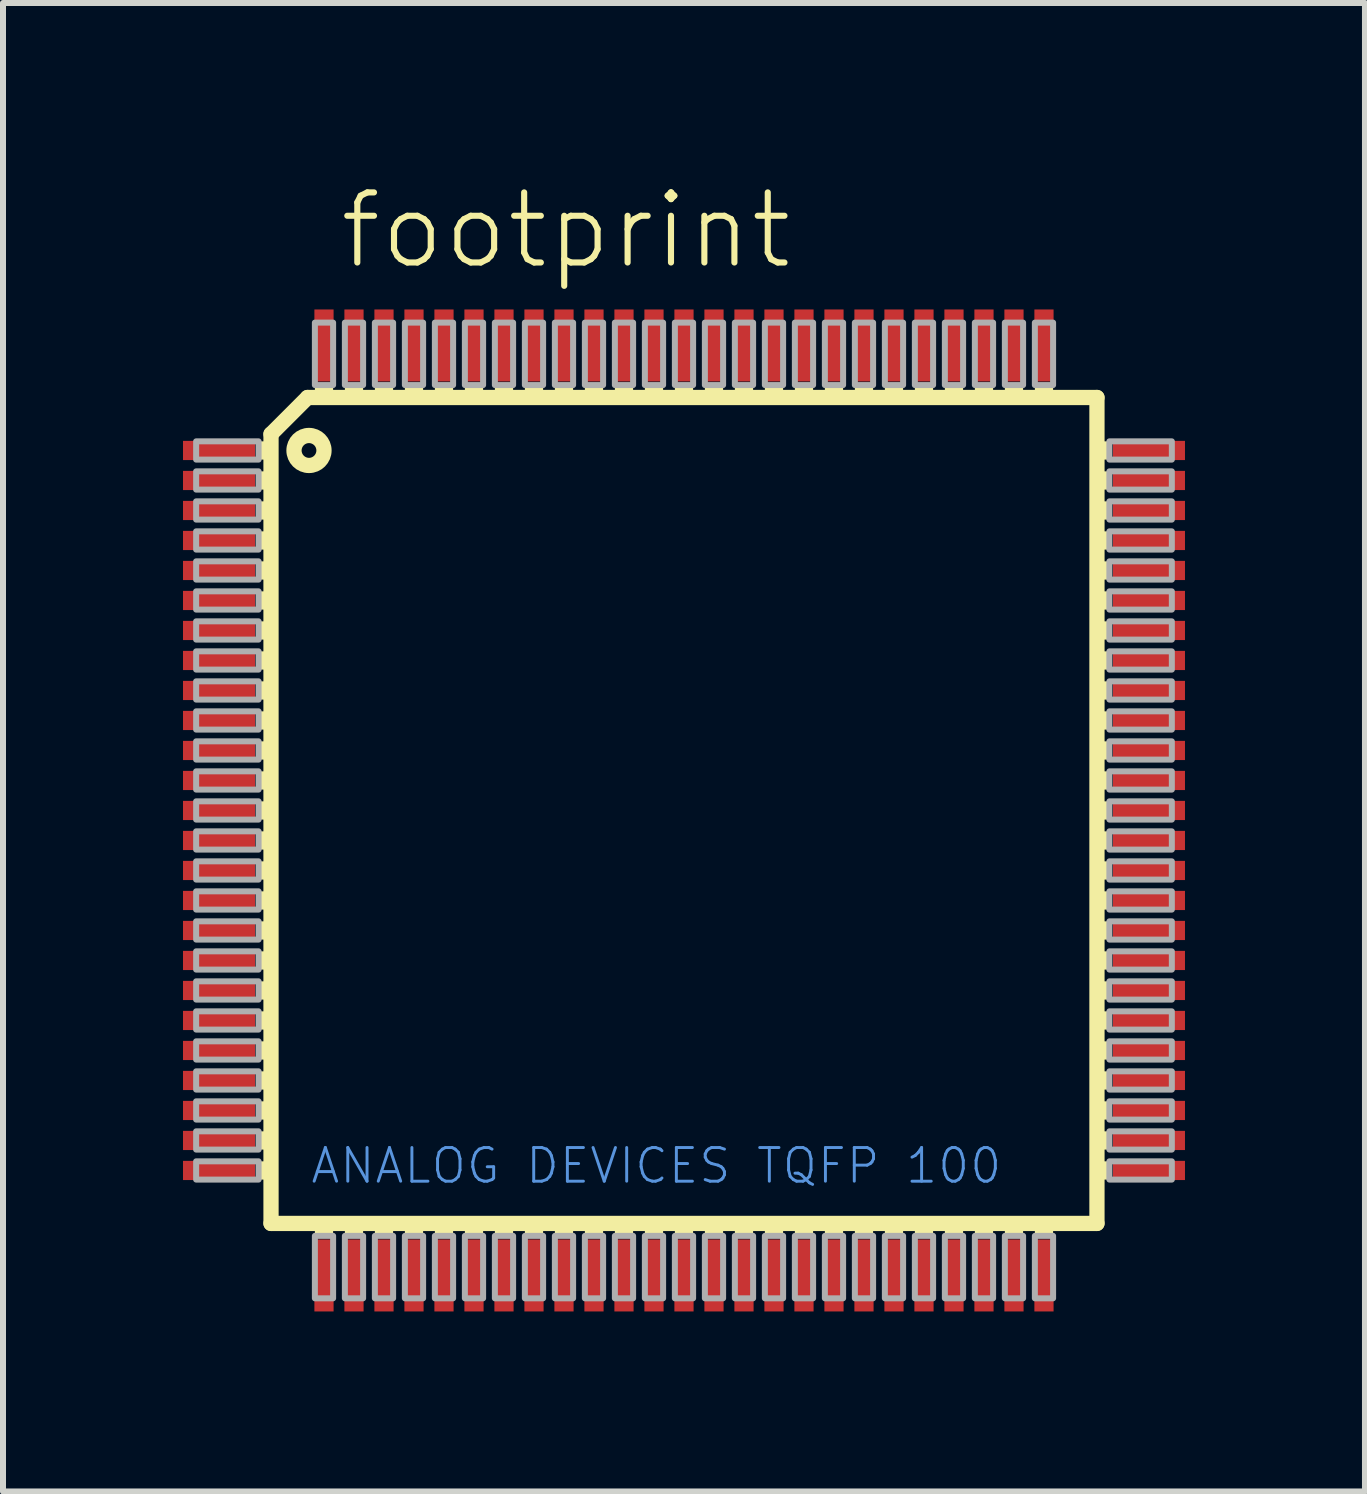
<source format=kicad_pcb>
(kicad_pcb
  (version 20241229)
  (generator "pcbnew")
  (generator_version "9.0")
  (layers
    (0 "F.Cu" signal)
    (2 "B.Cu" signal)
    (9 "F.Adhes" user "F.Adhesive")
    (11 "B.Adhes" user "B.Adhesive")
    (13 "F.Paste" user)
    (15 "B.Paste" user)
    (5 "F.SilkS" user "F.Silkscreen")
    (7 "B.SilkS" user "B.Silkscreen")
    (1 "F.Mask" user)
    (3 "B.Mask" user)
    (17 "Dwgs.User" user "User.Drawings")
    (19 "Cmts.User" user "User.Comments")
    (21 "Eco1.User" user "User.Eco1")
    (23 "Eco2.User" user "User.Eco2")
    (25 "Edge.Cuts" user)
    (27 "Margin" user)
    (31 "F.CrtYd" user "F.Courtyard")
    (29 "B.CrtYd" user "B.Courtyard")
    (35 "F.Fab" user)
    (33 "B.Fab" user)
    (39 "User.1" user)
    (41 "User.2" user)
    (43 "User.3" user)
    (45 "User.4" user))
  (footprint "footprint"
    (layer "F.Cu")
    (at 8.35 10.458)
    (property "Reference" "footprint" (at -5.79 -8.985 0) (layer "F.SilkS") (effects (font (size 1.168 1.168) (thickness 0.102)) (justify left bottom)))
    (fp_line (start -6.883 -6.274) (end -6.274 -6.883) (stroke (width 0.254) (type solid)) (layer "F.SilkS"))
    (fp_line (start -6.883 6.883) (end -6.883 -6.274) (stroke (width 0.254) (type solid)) (layer "F.SilkS"))
    (fp_line (start -6.274 -6.883) (end 6.883 -6.883) (stroke (width 0.254) (type solid)) (layer "F.SilkS"))
    (fp_line (start 6.883 -6.883) (end 6.883 6.883) (stroke (width 0.254) (type solid)) (layer "F.SilkS"))
    (fp_line (start 6.883 6.883) (end -6.883 6.883) (stroke (width 0.254) (type solid)) (layer "F.SilkS"))
    (fp_circle (center -6.25 -6) (end -6 -6) (stroke (width 0.254) (type solid)) (fill no) (layer "F.SilkS"))
    (fp_poly (pts (xy -7.115 -5.848) (xy -6.861 -5.848) (xy -6.861 -6.152) (xy -7.115 -6.152)) (stroke (width 0) (type solid)) (fill yes) (layer "F.SilkS"))
    (fp_poly (pts (xy -7.115 -5.348) (xy -6.861 -5.348) (xy -6.861 -5.652) (xy -7.115 -5.652)) (stroke (width 0) (type solid)) (fill yes) (layer "F.SilkS"))
    (fp_poly (pts (xy -7.115 -4.848) (xy -6.861 -4.848) (xy -6.861 -5.152) (xy -7.115 -5.152)) (stroke (width 0) (type solid)) (fill yes) (layer "F.SilkS"))
    (fp_poly (pts (xy -7.115 -4.348) (xy -6.861 -4.348) (xy -6.861 -4.652) (xy -7.115 -4.652)) (stroke (width 0) (type solid)) (fill yes) (layer "F.SilkS"))
    (fp_poly (pts (xy -7.115 -3.848) (xy -6.861 -3.848) (xy -6.861 -4.152) (xy -7.115 -4.152)) (stroke (width 0) (type solid)) (fill yes) (layer "F.SilkS"))
    (fp_poly (pts (xy -7.115 -3.348) (xy -6.861 -3.348) (xy -6.861 -3.652) (xy -7.115 -3.652)) (stroke (width 0) (type solid)) (fill yes) (layer "F.SilkS"))
    (fp_poly (pts (xy -7.115 -2.848) (xy -6.861 -2.848) (xy -6.861 -3.152) (xy -7.115 -3.152)) (stroke (width 0) (type solid)) (fill yes) (layer "F.SilkS"))
    (fp_poly (pts (xy -7.115 -2.348) (xy -6.861 -2.348) (xy -6.861 -2.652) (xy -7.115 -2.652)) (stroke (width 0) (type solid)) (fill yes) (layer "F.SilkS"))
    (fp_poly (pts (xy -7.115 -1.848) (xy -6.861 -1.848) (xy -6.861 -2.152) (xy -7.115 -2.152)) (stroke (width 0) (type solid)) (fill yes) (layer "F.SilkS"))
    (fp_poly (pts (xy -7.115 -1.348) (xy -6.861 -1.348) (xy -6.861 -1.652) (xy -7.115 -1.652)) (stroke (width 0) (type solid)) (fill yes) (layer "F.SilkS"))
    (fp_poly (pts (xy -7.115 -0.848) (xy -6.861 -0.848) (xy -6.861 -1.152) (xy -7.115 -1.152)) (stroke (width 0) (type solid)) (fill yes) (layer "F.SilkS"))
    (fp_poly (pts (xy -7.115 -0.348) (xy -6.861 -0.348) (xy -6.861 -0.652) (xy -7.115 -0.652)) (stroke (width 0) (type solid)) (fill yes) (layer "F.SilkS"))
    (fp_poly (pts (xy -7.115 0.152) (xy -6.861 0.152) (xy -6.861 -0.152) (xy -7.115 -0.152)) (stroke (width 0) (type solid)) (fill yes) (layer "F.SilkS"))
    (fp_poly (pts (xy -7.115 0.652) (xy -6.861 0.652) (xy -6.861 0.348) (xy -7.115 0.348)) (stroke (width 0) (type solid)) (fill yes) (layer "F.SilkS"))
    (fp_poly (pts (xy -7.115 1.152) (xy -6.861 1.152) (xy -6.861 0.848) (xy -7.115 0.848)) (stroke (width 0) (type solid)) (fill yes) (layer "F.SilkS"))
    (fp_poly (pts (xy -7.115 1.652) (xy -6.861 1.652) (xy -6.861 1.348) (xy -7.115 1.348)) (stroke (width 0) (type solid)) (fill yes) (layer "F.SilkS"))
    (fp_poly (pts (xy -7.115 2.152) (xy -6.861 2.152) (xy -6.861 1.848) (xy -7.115 1.848)) (stroke (width 0) (type solid)) (fill yes) (layer "F.SilkS"))
    (fp_poly (pts (xy -7.115 2.652) (xy -6.861 2.652) (xy -6.861 2.348) (xy -7.115 2.348)) (stroke (width 0) (type solid)) (fill yes) (layer "F.SilkS"))
    (fp_poly (pts (xy -7.115 3.152) (xy -6.861 3.152) (xy -6.861 2.848) (xy -7.115 2.848)) (stroke (width 0) (type solid)) (fill yes) (layer "F.SilkS"))
    (fp_poly (pts (xy -7.115 3.652) (xy -6.861 3.652) (xy -6.861 3.348) (xy -7.115 3.348)) (stroke (width 0) (type solid)) (fill yes) (layer "F.SilkS"))
    (fp_poly (pts (xy -7.115 4.152) (xy -6.861 4.152) (xy -6.861 3.848) (xy -7.115 3.848)) (stroke (width 0) (type solid)) (fill yes) (layer "F.SilkS"))
    (fp_poly (pts (xy -7.115 4.652) (xy -6.861 4.652) (xy -6.861 4.348) (xy -7.115 4.348)) (stroke (width 0) (type solid)) (fill yes) (layer "F.SilkS"))
    (fp_poly (pts (xy -7.115 5.152) (xy -6.861 5.152) (xy -6.861 4.848) (xy -7.115 4.848)) (stroke (width 0) (type solid)) (fill yes) (layer "F.SilkS"))
    (fp_poly (pts (xy -7.115 5.652) (xy -6.861 5.652) (xy -6.861 5.348) (xy -7.115 5.348)) (stroke (width 0) (type solid)) (fill yes) (layer "F.SilkS"))
    (fp_poly (pts (xy -7.115 6.152) (xy -6.861 6.152) (xy -6.861 5.848) (xy -7.115 5.848)) (stroke (width 0) (type solid)) (fill yes) (layer "F.SilkS"))
    (fp_poly (pts (xy -6.152 -6.861) (xy -5.848 -6.861) (xy -5.848 -7.115) (xy -6.152 -7.115)) (stroke (width 0) (type solid)) (fill yes) (layer "F.SilkS"))
    (fp_poly (pts (xy -6.152 7.115) (xy -5.848 7.115) (xy -5.848 6.861) (xy -6.152 6.861)) (stroke (width 0) (type solid)) (fill yes) (layer "F.SilkS"))
    (fp_poly (pts (xy -5.652 -6.861) (xy -5.348 -6.861) (xy -5.348 -7.115) (xy -5.652 -7.115)) (stroke (width 0) (type solid)) (fill yes) (layer "F.SilkS"))
    (fp_poly (pts (xy -5.652 7.115) (xy -5.348 7.115) (xy -5.348 6.861) (xy -5.652 6.861)) (stroke (width 0) (type solid)) (fill yes) (layer "F.SilkS"))
    (fp_poly (pts (xy -5.152 -6.861) (xy -4.848 -6.861) (xy -4.848 -7.115) (xy -5.152 -7.115)) (stroke (width 0) (type solid)) (fill yes) (layer "F.SilkS"))
    (fp_poly (pts (xy -5.152 7.115) (xy -4.848 7.115) (xy -4.848 6.861) (xy -5.152 6.861)) (stroke (width 0) (type solid)) (fill yes) (layer "F.SilkS"))
    (fp_poly (pts (xy -4.652 -6.861) (xy -4.348 -6.861) (xy -4.348 -7.115) (xy -4.652 -7.115)) (stroke (width 0) (type solid)) (fill yes) (layer "F.SilkS"))
    (fp_poly (pts (xy -4.652 7.115) (xy -4.348 7.115) (xy -4.348 6.861) (xy -4.652 6.861)) (stroke (width 0) (type solid)) (fill yes) (layer "F.SilkS"))
    (fp_poly (pts (xy -4.152 -6.861) (xy -3.848 -6.861) (xy -3.848 -7.115) (xy -4.152 -7.115)) (stroke (width 0) (type solid)) (fill yes) (layer "F.SilkS"))
    (fp_poly (pts (xy -4.152 7.115) (xy -3.848 7.115) (xy -3.848 6.861) (xy -4.152 6.861)) (stroke (width 0) (type solid)) (fill yes) (layer "F.SilkS"))
    (fp_poly (pts (xy -3.652 -6.861) (xy -3.348 -6.861) (xy -3.348 -7.115) (xy -3.652 -7.115)) (stroke (width 0) (type solid)) (fill yes) (layer "F.SilkS"))
    (fp_poly (pts (xy -3.652 7.115) (xy -3.348 7.115) (xy -3.348 6.861) (xy -3.652 6.861)) (stroke (width 0) (type solid)) (fill yes) (layer "F.SilkS"))
    (fp_poly (pts (xy -3.152 -6.861) (xy -2.848 -6.861) (xy -2.848 -7.115) (xy -3.152 -7.115)) (stroke (width 0) (type solid)) (fill yes) (layer "F.SilkS"))
    (fp_poly (pts (xy -3.152 7.115) (xy -2.848 7.115) (xy -2.848 6.861) (xy -3.152 6.861)) (stroke (width 0) (type solid)) (fill yes) (layer "F.SilkS"))
    (fp_poly (pts (xy -2.652 -6.861) (xy -2.348 -6.861) (xy -2.348 -7.115) (xy -2.652 -7.115)) (stroke (width 0) (type solid)) (fill yes) (layer "F.SilkS"))
    (fp_poly (pts (xy -2.652 7.115) (xy -2.348 7.115) (xy -2.348 6.861) (xy -2.652 6.861)) (stroke (width 0) (type solid)) (fill yes) (layer "F.SilkS"))
    (fp_poly (pts (xy -2.152 -6.861) (xy -1.848 -6.861) (xy -1.848 -7.115) (xy -2.152 -7.115)) (stroke (width 0) (type solid)) (fill yes) (layer "F.SilkS"))
    (fp_poly (pts (xy -2.152 7.115) (xy -1.848 7.115) (xy -1.848 6.861) (xy -2.152 6.861)) (stroke (width 0) (type solid)) (fill yes) (layer "F.SilkS"))
    (fp_poly (pts (xy -1.652 -6.861) (xy -1.348 -6.861) (xy -1.348 -7.115) (xy -1.652 -7.115)) (stroke (width 0) (type solid)) (fill yes) (layer "F.SilkS"))
    (fp_poly (pts (xy -1.652 7.115) (xy -1.348 7.115) (xy -1.348 6.861) (xy -1.652 6.861)) (stroke (width 0) (type solid)) (fill yes) (layer "F.SilkS"))
    (fp_poly (pts (xy -1.152 -6.861) (xy -0.848 -6.861) (xy -0.848 -7.115) (xy -1.152 -7.115)) (stroke (width 0) (type solid)) (fill yes) (layer "F.SilkS"))
    (fp_poly (pts (xy -1.152 7.115) (xy -0.848 7.115) (xy -0.848 6.861) (xy -1.152 6.861)) (stroke (width 0) (type solid)) (fill yes) (layer "F.SilkS"))
    (fp_poly (pts (xy -0.652 -6.861) (xy -0.348 -6.861) (xy -0.348 -7.115) (xy -0.652 -7.115)) (stroke (width 0) (type solid)) (fill yes) (layer "F.SilkS"))
    (fp_poly (pts (xy -0.652 7.115) (xy -0.348 7.115) (xy -0.348 6.861) (xy -0.652 6.861)) (stroke (width 0) (type solid)) (fill yes) (layer "F.SilkS"))
    (fp_poly (pts (xy -0.152 -6.861) (xy 0.152 -6.861) (xy 0.152 -7.115) (xy -0.152 -7.115)) (stroke (width 0) (type solid)) (fill yes) (layer "F.SilkS"))
    (fp_poly (pts (xy -0.152 7.115) (xy 0.152 7.115) (xy 0.152 6.861) (xy -0.152 6.861)) (stroke (width 0) (type solid)) (fill yes) (layer "F.SilkS"))
    (fp_poly (pts (xy 0.348 -6.861) (xy 0.652 -6.861) (xy 0.652 -7.115) (xy 0.348 -7.115)) (stroke (width 0) (type solid)) (fill yes) (layer "F.SilkS"))
    (fp_poly (pts (xy 0.348 7.115) (xy 0.652 7.115) (xy 0.652 6.861) (xy 0.348 6.861)) (stroke (width 0) (type solid)) (fill yes) (layer "F.SilkS"))
    (fp_poly (pts (xy 0.848 -6.861) (xy 1.152 -6.861) (xy 1.152 -7.115) (xy 0.848 -7.115)) (stroke (width 0) (type solid)) (fill yes) (layer "F.SilkS"))
    (fp_poly (pts (xy 0.848 7.115) (xy 1.152 7.115) (xy 1.152 6.861) (xy 0.848 6.861)) (stroke (width 0) (type solid)) (fill yes) (layer "F.SilkS"))
    (fp_poly (pts (xy 1.348 -6.861) (xy 1.652 -6.861) (xy 1.652 -7.115) (xy 1.348 -7.115)) (stroke (width 0) (type solid)) (fill yes) (layer "F.SilkS"))
    (fp_poly (pts (xy 1.348 7.115) (xy 1.652 7.115) (xy 1.652 6.861) (xy 1.348 6.861)) (stroke (width 0) (type solid)) (fill yes) (layer "F.SilkS"))
    (fp_poly (pts (xy 1.848 -6.861) (xy 2.152 -6.861) (xy 2.152 -7.115) (xy 1.848 -7.115)) (stroke (width 0) (type solid)) (fill yes) (layer "F.SilkS"))
    (fp_poly (pts (xy 1.848 7.115) (xy 2.152 7.115) (xy 2.152 6.861) (xy 1.848 6.861)) (stroke (width 0) (type solid)) (fill yes) (layer "F.SilkS"))
    (fp_poly (pts (xy 2.348 -6.861) (xy 2.652 -6.861) (xy 2.652 -7.115) (xy 2.348 -7.115)) (stroke (width 0) (type solid)) (fill yes) (layer "F.SilkS"))
    (fp_poly (pts (xy 2.348 7.115) (xy 2.652 7.115) (xy 2.652 6.861) (xy 2.348 6.861)) (stroke (width 0) (type solid)) (fill yes) (layer "F.SilkS"))
    (fp_poly (pts (xy 2.848 -6.861) (xy 3.152 -6.861) (xy 3.152 -7.115) (xy 2.848 -7.115)) (stroke (width 0) (type solid)) (fill yes) (layer "F.SilkS"))
    (fp_poly (pts (xy 2.848 7.115) (xy 3.152 7.115) (xy 3.152 6.861) (xy 2.848 6.861)) (stroke (width 0) (type solid)) (fill yes) (layer "F.SilkS"))
    (fp_poly (pts (xy 3.348 -6.861) (xy 3.652 -6.861) (xy 3.652 -7.115) (xy 3.348 -7.115)) (stroke (width 0) (type solid)) (fill yes) (layer "F.SilkS"))
    (fp_poly (pts (xy 3.348 7.115) (xy 3.652 7.115) (xy 3.652 6.861) (xy 3.348 6.861)) (stroke (width 0) (type solid)) (fill yes) (layer "F.SilkS"))
    (fp_poly (pts (xy 3.848 -6.861) (xy 4.152 -6.861) (xy 4.152 -7.115) (xy 3.848 -7.115)) (stroke (width 0) (type solid)) (fill yes) (layer "F.SilkS"))
    (fp_poly (pts (xy 3.848 7.115) (xy 4.152 7.115) (xy 4.152 6.861) (xy 3.848 6.861)) (stroke (width 0) (type solid)) (fill yes) (layer "F.SilkS"))
    (fp_poly (pts (xy 4.348 -6.861) (xy 4.652 -6.861) (xy 4.652 -7.115) (xy 4.348 -7.115)) (stroke (width 0) (type solid)) (fill yes) (layer "F.SilkS"))
    (fp_poly (pts (xy 4.348 7.115) (xy 4.652 7.115) (xy 4.652 6.861) (xy 4.348 6.861)) (stroke (width 0) (type solid)) (fill yes) (layer "F.SilkS"))
    (fp_poly (pts (xy 4.848 -6.861) (xy 5.152 -6.861) (xy 5.152 -7.115) (xy 4.848 -7.115)) (stroke (width 0) (type solid)) (fill yes) (layer "F.SilkS"))
    (fp_poly (pts (xy 4.848 7.115) (xy 5.152 7.115) (xy 5.152 6.861) (xy 4.848 6.861)) (stroke (width 0) (type solid)) (fill yes) (layer "F.SilkS"))
    (fp_poly (pts (xy 5.348 -6.861) (xy 5.652 -6.861) (xy 5.652 -7.115) (xy 5.348 -7.115)) (stroke (width 0) (type solid)) (fill yes) (layer "F.SilkS"))
    (fp_poly (pts (xy 5.348 7.115) (xy 5.652 7.115) (xy 5.652 6.861) (xy 5.348 6.861)) (stroke (width 0) (type solid)) (fill yes) (layer "F.SilkS"))
    (fp_poly (pts (xy 5.848 -6.861) (xy 6.152 -6.861) (xy 6.152 -7.115) (xy 5.848 -7.115)) (stroke (width 0) (type solid)) (fill yes) (layer "F.SilkS"))
    (fp_poly (pts (xy 5.848 7.115) (xy 6.152 7.115) (xy 6.152 6.861) (xy 5.848 6.861)) (stroke (width 0) (type solid)) (fill yes) (layer "F.SilkS"))
    (fp_poly (pts (xy 6.861 -5.848) (xy 7.115 -5.848) (xy 7.115 -6.152) (xy 6.861 -6.152)) (stroke (width 0) (type solid)) (fill yes) (layer "F.SilkS"))
    (fp_poly (pts (xy 6.861 -5.348) (xy 7.115 -5.348) (xy 7.115 -5.652) (xy 6.861 -5.652)) (stroke (width 0) (type solid)) (fill yes) (layer "F.SilkS"))
    (fp_poly (pts (xy 6.861 -4.848) (xy 7.115 -4.848) (xy 7.115 -5.152) (xy 6.861 -5.152)) (stroke (width 0) (type solid)) (fill yes) (layer "F.SilkS"))
    (fp_poly (pts (xy 6.861 -4.348) (xy 7.115 -4.348) (xy 7.115 -4.652) (xy 6.861 -4.652)) (stroke (width 0) (type solid)) (fill yes) (layer "F.SilkS"))
    (fp_poly (pts (xy 6.861 -3.848) (xy 7.115 -3.848) (xy 7.115 -4.152) (xy 6.861 -4.152)) (stroke (width 0) (type solid)) (fill yes) (layer "F.SilkS"))
    (fp_poly (pts (xy 6.861 -3.348) (xy 7.115 -3.348) (xy 7.115 -3.652) (xy 6.861 -3.652)) (stroke (width 0) (type solid)) (fill yes) (layer "F.SilkS"))
    (fp_poly (pts (xy 6.861 -2.848) (xy 7.115 -2.848) (xy 7.115 -3.152) (xy 6.861 -3.152)) (stroke (width 0) (type solid)) (fill yes) (layer "F.SilkS"))
    (fp_poly (pts (xy 6.861 -2.348) (xy 7.115 -2.348) (xy 7.115 -2.652) (xy 6.861 -2.652)) (stroke (width 0) (type solid)) (fill yes) (layer "F.SilkS"))
    (fp_poly (pts (xy 6.861 -1.848) (xy 7.115 -1.848) (xy 7.115 -2.152) (xy 6.861 -2.152)) (stroke (width 0) (type solid)) (fill yes) (layer "F.SilkS"))
    (fp_poly (pts (xy 6.861 -1.348) (xy 7.115 -1.348) (xy 7.115 -1.652) (xy 6.861 -1.652)) (stroke (width 0) (type solid)) (fill yes) (layer "F.SilkS"))
    (fp_poly (pts (xy 6.861 -0.848) (xy 7.115 -0.848) (xy 7.115 -1.152) (xy 6.861 -1.152)) (stroke (width 0) (type solid)) (fill yes) (layer "F.SilkS"))
    (fp_poly (pts (xy 6.861 -0.348) (xy 7.115 -0.348) (xy 7.115 -0.652) (xy 6.861 -0.652)) (stroke (width 0) (type solid)) (fill yes) (layer "F.SilkS"))
    (fp_poly (pts (xy 6.861 0.152) (xy 7.115 0.152) (xy 7.115 -0.152) (xy 6.861 -0.152)) (stroke (width 0) (type solid)) (fill yes) (layer "F.SilkS"))
    (fp_poly (pts (xy 6.861 0.652) (xy 7.115 0.652) (xy 7.115 0.348) (xy 6.861 0.348)) (stroke (width 0) (type solid)) (fill yes) (layer "F.SilkS"))
    (fp_poly (pts (xy 6.861 1.152) (xy 7.115 1.152) (xy 7.115 0.848) (xy 6.861 0.848)) (stroke (width 0) (type solid)) (fill yes) (layer "F.SilkS"))
    (fp_poly (pts (xy 6.861 1.652) (xy 7.115 1.652) (xy 7.115 1.348) (xy 6.861 1.348)) (stroke (width 0) (type solid)) (fill yes) (layer "F.SilkS"))
    (fp_poly (pts (xy 6.861 2.152) (xy 7.115 2.152) (xy 7.115 1.848) (xy 6.861 1.848)) (stroke (width 0) (type solid)) (fill yes) (layer "F.SilkS"))
    (fp_poly (pts (xy 6.861 2.652) (xy 7.115 2.652) (xy 7.115 2.348) (xy 6.861 2.348)) (stroke (width 0) (type solid)) (fill yes) (layer "F.SilkS"))
    (fp_poly (pts (xy 6.861 3.152) (xy 7.115 3.152) (xy 7.115 2.848) (xy 6.861 2.848)) (stroke (width 0) (type solid)) (fill yes) (layer "F.SilkS"))
    (fp_poly (pts (xy 6.861 3.652) (xy 7.115 3.652) (xy 7.115 3.348) (xy 6.861 3.348)) (stroke (width 0) (type solid)) (fill yes) (layer "F.SilkS"))
    (fp_poly (pts (xy 6.861 4.152) (xy 7.115 4.152) (xy 7.115 3.848) (xy 6.861 3.848)) (stroke (width 0) (type solid)) (fill yes) (layer "F.SilkS"))
    (fp_poly (pts (xy 6.861 4.652) (xy 7.115 4.652) (xy 7.115 4.348) (xy 6.861 4.348)) (stroke (width 0) (type solid)) (fill yes) (layer "F.SilkS"))
    (fp_poly (pts (xy 6.861 5.152) (xy 7.115 5.152) (xy 7.115 4.848) (xy 6.861 4.848)) (stroke (width 0) (type solid)) (fill yes) (layer "F.SilkS"))
    (fp_poly (pts (xy 6.861 5.652) (xy 7.115 5.652) (xy 7.115 5.348) (xy 6.861 5.348)) (stroke (width 0) (type solid)) (fill yes) (layer "F.SilkS"))
    (fp_poly (pts (xy 6.861 6.152) (xy 7.115 6.152) (xy 7.115 5.848) (xy 6.861 5.848)) (stroke (width 0) (type solid)) (fill yes) (layer "F.SilkS"))
    (fp_poly (pts (xy -8.131 -5.848) (xy -7.09 -5.848) (xy -7.09 -6.152) (xy -8.131 -6.152)) (stroke (width 0.1) (type solid)) (fill no) (layer "F.Fab"))
    (fp_poly (pts (xy -8.131 -5.348) (xy -7.09 -5.348) (xy -7.09 -5.652) (xy -8.131 -5.652)) (stroke (width 0.1) (type solid)) (fill no) (layer "F.Fab"))
    (fp_poly (pts (xy -8.131 -4.848) (xy -7.09 -4.848) (xy -7.09 -5.152) (xy -8.131 -5.152)) (stroke (width 0.1) (type solid)) (fill no) (layer "F.Fab"))
    (fp_poly (pts (xy -8.131 -4.348) (xy -7.09 -4.348) (xy -7.09 -4.652) (xy -8.131 -4.652)) (stroke (width 0.1) (type solid)) (fill no) (layer "F.Fab"))
    (fp_poly (pts (xy -8.131 -3.848) (xy -7.09 -3.848) (xy -7.09 -4.152) (xy -8.131 -4.152)) (stroke (width 0.1) (type solid)) (fill no) (layer "F.Fab"))
    (fp_poly (pts (xy -8.131 -3.348) (xy -7.09 -3.348) (xy -7.09 -3.652) (xy -8.131 -3.652)) (stroke (width 0.1) (type solid)) (fill no) (layer "F.Fab"))
    (fp_poly (pts (xy -8.131 -2.848) (xy -7.09 -2.848) (xy -7.09 -3.152) (xy -8.131 -3.152)) (stroke (width 0.1) (type solid)) (fill no) (layer "F.Fab"))
    (fp_poly (pts (xy -8.131 -2.348) (xy -7.09 -2.348) (xy -7.09 -2.652) (xy -8.131 -2.652)) (stroke (width 0.1) (type solid)) (fill no) (layer "F.Fab"))
    (fp_poly (pts (xy -8.131 -1.848) (xy -7.09 -1.848) (xy -7.09 -2.152) (xy -8.131 -2.152)) (stroke (width 0.1) (type solid)) (fill no) (layer "F.Fab"))
    (fp_poly (pts (xy -8.131 -1.348) (xy -7.09 -1.348) (xy -7.09 -1.652) (xy -8.131 -1.652)) (stroke (width 0.1) (type solid)) (fill no) (layer "F.Fab"))
    (fp_poly (pts (xy -8.131 -0.848) (xy -7.09 -0.848) (xy -7.09 -1.152) (xy -8.131 -1.152)) (stroke (width 0.1) (type solid)) (fill no) (layer "F.Fab"))
    (fp_poly (pts (xy -8.131 -0.348) (xy -7.09 -0.348) (xy -7.09 -0.652) (xy -8.131 -0.652)) (stroke (width 0.1) (type solid)) (fill no) (layer "F.Fab"))
    (fp_poly (pts (xy -8.131 0.152) (xy -7.09 0.152) (xy -7.09 -0.152) (xy -8.131 -0.152)) (stroke (width 0.1) (type solid)) (fill no) (layer "F.Fab"))
    (fp_poly (pts (xy -8.131 0.652) (xy -7.09 0.652) (xy -7.09 0.348) (xy -8.131 0.348)) (stroke (width 0.1) (type solid)) (fill no) (layer "F.Fab"))
    (fp_poly (pts (xy -8.131 1.152) (xy -7.09 1.152) (xy -7.09 0.848) (xy -8.131 0.848)) (stroke (width 0.1) (type solid)) (fill no) (layer "F.Fab"))
    (fp_poly (pts (xy -8.131 1.652) (xy -7.09 1.652) (xy -7.09 1.348) (xy -8.131 1.348)) (stroke (width 0.1) (type solid)) (fill no) (layer "F.Fab"))
    (fp_poly (pts (xy -8.131 2.152) (xy -7.09 2.152) (xy -7.09 1.848) (xy -8.131 1.848)) (stroke (width 0.1) (type solid)) (fill no) (layer "F.Fab"))
    (fp_poly (pts (xy -8.131 2.652) (xy -7.09 2.652) (xy -7.09 2.348) (xy -8.131 2.348)) (stroke (width 0.1) (type solid)) (fill no) (layer "F.Fab"))
    (fp_poly (pts (xy -8.131 3.152) (xy -7.09 3.152) (xy -7.09 2.848) (xy -8.131 2.848)) (stroke (width 0.1) (type solid)) (fill no) (layer "F.Fab"))
    (fp_poly (pts (xy -8.131 3.652) (xy -7.09 3.652) (xy -7.09 3.348) (xy -8.131 3.348)) (stroke (width 0.1) (type solid)) (fill no) (layer "F.Fab"))
    (fp_poly (pts (xy -8.131 4.152) (xy -7.09 4.152) (xy -7.09 3.848) (xy -8.131 3.848)) (stroke (width 0.1) (type solid)) (fill no) (layer "F.Fab"))
    (fp_poly (pts (xy -8.131 4.652) (xy -7.09 4.652) (xy -7.09 4.348) (xy -8.131 4.348)) (stroke (width 0.1) (type solid)) (fill no) (layer "F.Fab"))
    (fp_poly (pts (xy -8.131 5.152) (xy -7.09 5.152) (xy -7.09 4.848) (xy -8.131 4.848)) (stroke (width 0.1) (type solid)) (fill no) (layer "F.Fab"))
    (fp_poly (pts (xy -8.131 5.652) (xy -7.09 5.652) (xy -7.09 5.348) (xy -8.131 5.348)) (stroke (width 0.1) (type solid)) (fill no) (layer "F.Fab"))
    (fp_poly (pts (xy -8.131 6.152) (xy -7.09 6.152) (xy -7.09 5.848) (xy -8.131 5.848)) (stroke (width 0.1) (type solid)) (fill no) (layer "F.Fab"))
    (fp_poly (pts (xy -6.152 -7.09) (xy -5.848 -7.09) (xy -5.848 -8.131) (xy -6.152 -8.131)) (stroke (width 0.1) (type solid)) (fill no) (layer "F.Fab"))
    (fp_poly (pts (xy -6.152 8.131) (xy -5.848 8.131) (xy -5.848 7.09) (xy -6.152 7.09)) (stroke (width 0.1) (type solid)) (fill no) (layer "F.Fab"))
    (fp_poly (pts (xy -5.652 -7.09) (xy -5.348 -7.09) (xy -5.348 -8.131) (xy -5.652 -8.131)) (stroke (width 0.1) (type solid)) (fill no) (layer "F.Fab"))
    (fp_poly (pts (xy -5.652 8.131) (xy -5.348 8.131) (xy -5.348 7.09) (xy -5.652 7.09)) (stroke (width 0.1) (type solid)) (fill no) (layer "F.Fab"))
    (fp_poly (pts (xy -5.152 -7.09) (xy -4.848 -7.09) (xy -4.848 -8.131) (xy -5.152 -8.131)) (stroke (width 0.1) (type solid)) (fill no) (layer "F.Fab"))
    (fp_poly (pts (xy -5.152 8.131) (xy -4.848 8.131) (xy -4.848 7.09) (xy -5.152 7.09)) (stroke (width 0.1) (type solid)) (fill no) (layer "F.Fab"))
    (fp_poly (pts (xy -4.652 -7.09) (xy -4.348 -7.09) (xy -4.348 -8.131) (xy -4.652 -8.131)) (stroke (width 0.1) (type solid)) (fill no) (layer "F.Fab"))
    (fp_poly (pts (xy -4.652 8.131) (xy -4.348 8.131) (xy -4.348 7.09) (xy -4.652 7.09)) (stroke (width 0.1) (type solid)) (fill no) (layer "F.Fab"))
    (fp_poly (pts (xy -4.152 -7.09) (xy -3.848 -7.09) (xy -3.848 -8.131) (xy -4.152 -8.131)) (stroke (width 0.1) (type solid)) (fill no) (layer "F.Fab"))
    (fp_poly (pts (xy -4.152 8.131) (xy -3.848 8.131) (xy -3.848 7.09) (xy -4.152 7.09)) (stroke (width 0.1) (type solid)) (fill no) (layer "F.Fab"))
    (fp_poly (pts (xy -3.652 -7.09) (xy -3.348 -7.09) (xy -3.348 -8.131) (xy -3.652 -8.131)) (stroke (width 0.1) (type solid)) (fill no) (layer "F.Fab"))
    (fp_poly (pts (xy -3.652 8.131) (xy -3.348 8.131) (xy -3.348 7.09) (xy -3.652 7.09)) (stroke (width 0.1) (type solid)) (fill no) (layer "F.Fab"))
    (fp_poly (pts (xy -3.152 -7.09) (xy -2.848 -7.09) (xy -2.848 -8.131) (xy -3.152 -8.131)) (stroke (width 0.1) (type solid)) (fill no) (layer "F.Fab"))
    (fp_poly (pts (xy -3.152 8.131) (xy -2.848 8.131) (xy -2.848 7.09) (xy -3.152 7.09)) (stroke (width 0.1) (type solid)) (fill no) (layer "F.Fab"))
    (fp_poly (pts (xy -2.652 -7.09) (xy -2.348 -7.09) (xy -2.348 -8.131) (xy -2.652 -8.131)) (stroke (width 0.1) (type solid)) (fill no) (layer "F.Fab"))
    (fp_poly (pts (xy -2.652 8.131) (xy -2.348 8.131) (xy -2.348 7.09) (xy -2.652 7.09)) (stroke (width 0.1) (type solid)) (fill no) (layer "F.Fab"))
    (fp_poly (pts (xy -2.152 -7.09) (xy -1.848 -7.09) (xy -1.848 -8.131) (xy -2.152 -8.131)) (stroke (width 0.1) (type solid)) (fill no) (layer "F.Fab"))
    (fp_poly (pts (xy -2.152 8.131) (xy -1.848 8.131) (xy -1.848 7.09) (xy -2.152 7.09)) (stroke (width 0.1) (type solid)) (fill no) (layer "F.Fab"))
    (fp_poly (pts (xy -1.652 -7.09) (xy -1.348 -7.09) (xy -1.348 -8.131) (xy -1.652 -8.131)) (stroke (width 0.1) (type solid)) (fill no) (layer "F.Fab"))
    (fp_poly (pts (xy -1.652 8.131) (xy -1.348 8.131) (xy -1.348 7.09) (xy -1.652 7.09)) (stroke (width 0.1) (type solid)) (fill no) (layer "F.Fab"))
    (fp_poly (pts (xy -1.152 -7.09) (xy -0.848 -7.09) (xy -0.848 -8.131) (xy -1.152 -8.131)) (stroke (width 0.1) (type solid)) (fill no) (layer "F.Fab"))
    (fp_poly (pts (xy -1.152 8.131) (xy -0.848 8.131) (xy -0.848 7.09) (xy -1.152 7.09)) (stroke (width 0.1) (type solid)) (fill no) (layer "F.Fab"))
    (fp_poly (pts (xy -0.652 -7.09) (xy -0.348 -7.09) (xy -0.348 -8.131) (xy -0.652 -8.131)) (stroke (width 0.1) (type solid)) (fill no) (layer "F.Fab"))
    (fp_poly (pts (xy -0.652 8.131) (xy -0.348 8.131) (xy -0.348 7.09) (xy -0.652 7.09)) (stroke (width 0.1) (type solid)) (fill no) (layer "F.Fab"))
    (fp_poly (pts (xy -0.152 -7.09) (xy 0.152 -7.09) (xy 0.152 -8.131) (xy -0.152 -8.131)) (stroke (width 0.1) (type solid)) (fill no) (layer "F.Fab"))
    (fp_poly (pts (xy -0.152 8.131) (xy 0.152 8.131) (xy 0.152 7.09) (xy -0.152 7.09)) (stroke (width 0.1) (type solid)) (fill no) (layer "F.Fab"))
    (fp_poly (pts (xy 0.348 -7.09) (xy 0.652 -7.09) (xy 0.652 -8.131) (xy 0.348 -8.131)) (stroke (width 0.1) (type solid)) (fill no) (layer "F.Fab"))
    (fp_poly (pts (xy 0.348 8.131) (xy 0.652 8.131) (xy 0.652 7.09) (xy 0.348 7.09)) (stroke (width 0.1) (type solid)) (fill no) (layer "F.Fab"))
    (fp_poly (pts (xy 0.848 -7.09) (xy 1.152 -7.09) (xy 1.152 -8.131) (xy 0.848 -8.131)) (stroke (width 0.1) (type solid)) (fill no) (layer "F.Fab"))
    (fp_poly (pts (xy 0.848 8.131) (xy 1.152 8.131) (xy 1.152 7.09) (xy 0.848 7.09)) (stroke (width 0.1) (type solid)) (fill no) (layer "F.Fab"))
    (fp_poly (pts (xy 1.348 -7.09) (xy 1.652 -7.09) (xy 1.652 -8.131) (xy 1.348 -8.131)) (stroke (width 0.1) (type solid)) (fill no) (layer "F.Fab"))
    (fp_poly (pts (xy 1.348 8.131) (xy 1.652 8.131) (xy 1.652 7.09) (xy 1.348 7.09)) (stroke (width 0.1) (type solid)) (fill no) (layer "F.Fab"))
    (fp_poly (pts (xy 1.848 -7.09) (xy 2.152 -7.09) (xy 2.152 -8.131) (xy 1.848 -8.131)) (stroke (width 0.1) (type solid)) (fill no) (layer "F.Fab"))
    (fp_poly (pts (xy 1.848 8.131) (xy 2.152 8.131) (xy 2.152 7.09) (xy 1.848 7.09)) (stroke (width 0.1) (type solid)) (fill no) (layer "F.Fab"))
    (fp_poly (pts (xy 2.348 -7.09) (xy 2.652 -7.09) (xy 2.652 -8.131) (xy 2.348 -8.131)) (stroke (width 0.1) (type solid)) (fill no) (layer "F.Fab"))
    (fp_poly (pts (xy 2.348 8.131) (xy 2.652 8.131) (xy 2.652 7.09) (xy 2.348 7.09)) (stroke (width 0.1) (type solid)) (fill no) (layer "F.Fab"))
    (fp_poly (pts (xy 2.848 -7.09) (xy 3.152 -7.09) (xy 3.152 -8.131) (xy 2.848 -8.131)) (stroke (width 0.1) (type solid)) (fill no) (layer "F.Fab"))
    (fp_poly (pts (xy 2.848 8.131) (xy 3.152 8.131) (xy 3.152 7.09) (xy 2.848 7.09)) (stroke (width 0.1) (type solid)) (fill no) (layer "F.Fab"))
    (fp_poly (pts (xy 3.348 -7.09) (xy 3.652 -7.09) (xy 3.652 -8.131) (xy 3.348 -8.131)) (stroke (width 0.1) (type solid)) (fill no) (layer "F.Fab"))
    (fp_poly (pts (xy 3.348 8.131) (xy 3.652 8.131) (xy 3.652 7.09) (xy 3.348 7.09)) (stroke (width 0.1) (type solid)) (fill no) (layer "F.Fab"))
    (fp_poly (pts (xy 3.848 -7.09) (xy 4.152 -7.09) (xy 4.152 -8.131) (xy 3.848 -8.131)) (stroke (width 0.1) (type solid)) (fill no) (layer "F.Fab"))
    (fp_poly (pts (xy 3.848 8.131) (xy 4.152 8.131) (xy 4.152 7.09) (xy 3.848 7.09)) (stroke (width 0.1) (type solid)) (fill no) (layer "F.Fab"))
    (fp_poly (pts (xy 4.348 -7.09) (xy 4.652 -7.09) (xy 4.652 -8.131) (xy 4.348 -8.131)) (stroke (width 0.1) (type solid)) (fill no) (layer "F.Fab"))
    (fp_poly (pts (xy 4.348 8.131) (xy 4.652 8.131) (xy 4.652 7.09) (xy 4.348 7.09)) (stroke (width 0.1) (type solid)) (fill no) (layer "F.Fab"))
    (fp_poly (pts (xy 4.848 -7.09) (xy 5.152 -7.09) (xy 5.152 -8.131) (xy 4.848 -8.131)) (stroke (width 0.1) (type solid)) (fill no) (layer "F.Fab"))
    (fp_poly (pts (xy 4.848 8.131) (xy 5.152 8.131) (xy 5.152 7.09) (xy 4.848 7.09)) (stroke (width 0.1) (type solid)) (fill no) (layer "F.Fab"))
    (fp_poly (pts (xy 5.348 -7.09) (xy 5.652 -7.09) (xy 5.652 -8.131) (xy 5.348 -8.131)) (stroke (width 0.1) (type solid)) (fill no) (layer "F.Fab"))
    (fp_poly (pts (xy 5.348 8.131) (xy 5.652 8.131) (xy 5.652 7.09) (xy 5.348 7.09)) (stroke (width 0.1) (type solid)) (fill no) (layer "F.Fab"))
    (fp_poly (pts (xy 5.848 -7.09) (xy 6.152 -7.09) (xy 6.152 -8.131) (xy 5.848 -8.131)) (stroke (width 0.1) (type solid)) (fill no) (layer "F.Fab"))
    (fp_poly (pts (xy 5.848 8.131) (xy 6.152 8.131) (xy 6.152 7.09) (xy 5.848 7.09)) (stroke (width 0.1) (type solid)) (fill no) (layer "F.Fab"))
    (fp_poly (pts (xy 7.09 -5.848) (xy 8.131 -5.848) (xy 8.131 -6.152) (xy 7.09 -6.152)) (stroke (width 0.1) (type solid)) (fill no) (layer "F.Fab"))
    (fp_poly (pts (xy 7.09 -5.348) (xy 8.131 -5.348) (xy 8.131 -5.652) (xy 7.09 -5.652)) (stroke (width 0.1) (type solid)) (fill no) (layer "F.Fab"))
    (fp_poly (pts (xy 7.09 -4.848) (xy 8.131 -4.848) (xy 8.131 -5.152) (xy 7.09 -5.152)) (stroke (width 0.1) (type solid)) (fill no) (layer "F.Fab"))
    (fp_poly (pts (xy 7.09 -4.348) (xy 8.131 -4.348) (xy 8.131 -4.652) (xy 7.09 -4.652)) (stroke (width 0.1) (type solid)) (fill no) (layer "F.Fab"))
    (fp_poly (pts (xy 7.09 -3.848) (xy 8.131 -3.848) (xy 8.131 -4.152) (xy 7.09 -4.152)) (stroke (width 0.1) (type solid)) (fill no) (layer "F.Fab"))
    (fp_poly (pts (xy 7.09 -3.348) (xy 8.131 -3.348) (xy 8.131 -3.652) (xy 7.09 -3.652)) (stroke (width 0.1) (type solid)) (fill no) (layer "F.Fab"))
    (fp_poly (pts (xy 7.09 -2.848) (xy 8.131 -2.848) (xy 8.131 -3.152) (xy 7.09 -3.152)) (stroke (width 0.1) (type solid)) (fill no) (layer "F.Fab"))
    (fp_poly (pts (xy 7.09 -2.348) (xy 8.131 -2.348) (xy 8.131 -2.652) (xy 7.09 -2.652)) (stroke (width 0.1) (type solid)) (fill no) (layer "F.Fab"))
    (fp_poly (pts (xy 7.09 -1.848) (xy 8.131 -1.848) (xy 8.131 -2.152) (xy 7.09 -2.152)) (stroke (width 0.1) (type solid)) (fill no) (layer "F.Fab"))
    (fp_poly (pts (xy 7.09 -1.348) (xy 8.131 -1.348) (xy 8.131 -1.652) (xy 7.09 -1.652)) (stroke (width 0.1) (type solid)) (fill no) (layer "F.Fab"))
    (fp_poly (pts (xy 7.09 -0.848) (xy 8.131 -0.848) (xy 8.131 -1.152) (xy 7.09 -1.152)) (stroke (width 0.1) (type solid)) (fill no) (layer "F.Fab"))
    (fp_poly (pts (xy 7.09 -0.348) (xy 8.131 -0.348) (xy 8.131 -0.652) (xy 7.09 -0.652)) (stroke (width 0.1) (type solid)) (fill no) (layer "F.Fab"))
    (fp_poly (pts (xy 7.09 0.152) (xy 8.131 0.152) (xy 8.131 -0.152) (xy 7.09 -0.152)) (stroke (width 0.1) (type solid)) (fill no) (layer "F.Fab"))
    (fp_poly (pts (xy 7.09 0.652) (xy 8.131 0.652) (xy 8.131 0.348) (xy 7.09 0.348)) (stroke (width 0.1) (type solid)) (fill no) (layer "F.Fab"))
    (fp_poly (pts (xy 7.09 1.152) (xy 8.131 1.152) (xy 8.131 0.848) (xy 7.09 0.848)) (stroke (width 0.1) (type solid)) (fill no) (layer "F.Fab"))
    (fp_poly (pts (xy 7.09 1.652) (xy 8.131 1.652) (xy 8.131 1.348) (xy 7.09 1.348)) (stroke (width 0.1) (type solid)) (fill no) (layer "F.Fab"))
    (fp_poly (pts (xy 7.09 2.152) (xy 8.131 2.152) (xy 8.131 1.848) (xy 7.09 1.848)) (stroke (width 0.1) (type solid)) (fill no) (layer "F.Fab"))
    (fp_poly (pts (xy 7.09 2.652) (xy 8.131 2.652) (xy 8.131 2.348) (xy 7.09 2.348)) (stroke (width 0.1) (type solid)) (fill no) (layer "F.Fab"))
    (fp_poly (pts (xy 7.09 3.152) (xy 8.131 3.152) (xy 8.131 2.848) (xy 7.09 2.848)) (stroke (width 0.1) (type solid)) (fill no) (layer "F.Fab"))
    (fp_poly (pts (xy 7.09 3.652) (xy 8.131 3.652) (xy 8.131 3.348) (xy 7.09 3.348)) (stroke (width 0.1) (type solid)) (fill no) (layer "F.Fab"))
    (fp_poly (pts (xy 7.09 4.152) (xy 8.131 4.152) (xy 8.131 3.848) (xy 7.09 3.848)) (stroke (width 0.1) (type solid)) (fill no) (layer "F.Fab"))
    (fp_poly (pts (xy 7.09 4.652) (xy 8.131 4.652) (xy 8.131 4.348) (xy 7.09 4.348)) (stroke (width 0.1) (type solid)) (fill no) (layer "F.Fab"))
    (fp_poly (pts (xy 7.09 5.152) (xy 8.131 5.152) (xy 8.131 4.848) (xy 7.09 4.848)) (stroke (width 0.1) (type solid)) (fill no) (layer "F.Fab"))
    (fp_poly (pts (xy 7.09 5.652) (xy 8.131 5.652) (xy 8.131 5.348) (xy 7.09 5.348)) (stroke (width 0.1) (type solid)) (fill no) (layer "F.Fab"))
    (fp_poly (pts (xy 7.09 6.152) (xy 8.131 6.152) (xy 8.131 5.848) (xy 7.09 5.848)) (stroke (width 0.1) (type solid)) (fill no) (layer "F.Fab"))
    (fp_text user "ANALOG DEVICES TQFP 100" (at -6.25 6.25 0) (layer "Cmts.User") (effects (font (size 0.561 0.561) (thickness 0.049)) (justify left bottom)))
    (pad "1" smd rect (at -7.75 -6) (size 1.2 0.32) (layers "F.Cu" "F.Mask" "F.Paste"))
    (pad "2" smd rect (at -7.75 -5.5) (size 1.2 0.32) (layers "F.Cu" "F.Mask" "F.Paste"))
    (pad "3" smd rect (at -7.75 -5) (size 1.2 0.32) (layers "F.Cu" "F.Mask" "F.Paste"))
    (pad "4" smd rect (at -7.75 -4.5) (size 1.2 0.32) (layers "F.Cu" "F.Mask" "F.Paste"))
    (pad "5" smd rect (at -7.75 -4) (size 1.2 0.32) (layers "F.Cu" "F.Mask" "F.Paste"))
    (pad "6" smd rect (at -7.75 -3.5) (size 1.2 0.32) (layers "F.Cu" "F.Mask" "F.Paste"))
    (pad "7" smd rect (at -7.75 -3) (size 1.2 0.32) (layers "F.Cu" "F.Mask" "F.Paste"))
    (pad "8" smd rect (at -7.75 -2.5) (size 1.2 0.32) (layers "F.Cu" "F.Mask" "F.Paste"))
    (pad "9" smd rect (at -7.75 -2) (size 1.2 0.32) (layers "F.Cu" "F.Mask" "F.Paste"))
    (pad "10" smd rect (at -7.75 -1.5) (size 1.2 0.32) (layers "F.Cu" "F.Mask" "F.Paste"))
    (pad "11" smd rect (at -7.75 -1) (size 1.2 0.32) (layers "F.Cu" "F.Mask" "F.Paste"))
    (pad "12" smd rect (at -7.75 -0.5) (size 1.2 0.32) (layers "F.Cu" "F.Mask" "F.Paste"))
    (pad "13" smd rect (at -7.75 0) (size 1.2 0.32) (layers "F.Cu" "F.Mask" "F.Paste"))
    (pad "14" smd rect (at -7.75 0.5) (size 1.2 0.32) (layers "F.Cu" "F.Mask" "F.Paste"))
    (pad "15" smd rect (at -7.75 1) (size 1.2 0.32) (layers "F.Cu" "F.Mask" "F.Paste"))
    (pad "16" smd rect (at -7.75 1.5) (size 1.2 0.32) (layers "F.Cu" "F.Mask" "F.Paste"))
    (pad "17" smd rect (at -7.75 2) (size 1.2 0.32) (layers "F.Cu" "F.Mask" "F.Paste"))
    (pad "18" smd rect (at -7.75 2.5) (size 1.2 0.32) (layers "F.Cu" "F.Mask" "F.Paste"))
    (pad "19" smd rect (at -7.75 3) (size 1.2 0.32) (layers "F.Cu" "F.Mask" "F.Paste"))
    (pad "20" smd rect (at -7.75 3.5) (size 1.2 0.32) (layers "F.Cu" "F.Mask" "F.Paste"))
    (pad "21" smd rect (at -7.75 4) (size 1.2 0.32) (layers "F.Cu" "F.Mask" "F.Paste"))
    (pad "22" smd rect (at -7.75 4.5) (size 1.2 0.32) (layers "F.Cu" "F.Mask" "F.Paste"))
    (pad "23" smd rect (at -7.75 5) (size 1.2 0.32) (layers "F.Cu" "F.Mask" "F.Paste"))
    (pad "24" smd rect (at -7.75 5.5) (size 1.2 0.32) (layers "F.Cu" "F.Mask" "F.Paste"))
    (pad "25" smd rect (at -7.75 6) (size 1.2 0.32) (layers "F.Cu" "F.Mask" "F.Paste"))
    (pad "26" smd rect (at -6 7.75) (size 0.32 1.2) (layers "F.Cu" "F.Mask" "F.Paste"))
    (pad "27" smd rect (at -5.5 7.75) (size 0.32 1.2) (layers "F.Cu" "F.Mask" "F.Paste"))
    (pad "28" smd rect (at -5 7.75) (size 0.32 1.2) (layers "F.Cu" "F.Mask" "F.Paste"))
    (pad "29" smd rect (at -4.5 7.75) (size 0.32 1.2) (layers "F.Cu" "F.Mask" "F.Paste"))
    (pad "30" smd rect (at -4 7.75) (size 0.32 1.2) (layers "F.Cu" "F.Mask" "F.Paste"))
    (pad "31" smd rect (at -3.5 7.75) (size 0.32 1.2) (layers "F.Cu" "F.Mask" "F.Paste"))
    (pad "32" smd rect (at -3 7.75) (size 0.32 1.2) (layers "F.Cu" "F.Mask" "F.Paste"))
    (pad "33" smd rect (at -2.5 7.75) (size 0.32 1.2) (layers "F.Cu" "F.Mask" "F.Paste"))
    (pad "34" smd rect (at -2 7.75) (size 0.32 1.2) (layers "F.Cu" "F.Mask" "F.Paste"))
    (pad "35" smd rect (at -1.5 7.75) (size 0.32 1.2) (layers "F.Cu" "F.Mask" "F.Paste"))
    (pad "36" smd rect (at -1 7.75) (size 0.32 1.2) (layers "F.Cu" "F.Mask" "F.Paste"))
    (pad "37" smd rect (at -0.5 7.75) (size 0.32 1.2) (layers "F.Cu" "F.Mask" "F.Paste"))
    (pad "38" smd rect (at 0 7.75) (size 0.32 1.2) (layers "F.Cu" "F.Mask" "F.Paste"))
    (pad "39" smd rect (at 0.5 7.75) (size 0.32 1.2) (layers "F.Cu" "F.Mask" "F.Paste"))
    (pad "40" smd rect (at 1 7.75) (size 0.32 1.2) (layers "F.Cu" "F.Mask" "F.Paste"))
    (pad "41" smd rect (at 1.5 7.75) (size 0.32 1.2) (layers "F.Cu" "F.Mask" "F.Paste"))
    (pad "42" smd rect (at 2 7.75) (size 0.32 1.2) (layers "F.Cu" "F.Mask" "F.Paste"))
    (pad "43" smd rect (at 2.5 7.75) (size 0.32 1.2) (layers "F.Cu" "F.Mask" "F.Paste"))
    (pad "44" smd rect (at 3 7.75) (size 0.32 1.2) (layers "F.Cu" "F.Mask" "F.Paste"))
    (pad "45" smd rect (at 3.5 7.75) (size 0.32 1.2) (layers "F.Cu" "F.Mask" "F.Paste"))
    (pad "46" smd rect (at 4 7.75) (size 0.32 1.2) (layers "F.Cu" "F.Mask" "F.Paste"))
    (pad "47" smd rect (at 4.5 7.75) (size 0.32 1.2) (layers "F.Cu" "F.Mask" "F.Paste"))
    (pad "48" smd rect (at 5 7.75) (size 0.32 1.2) (layers "F.Cu" "F.Mask" "F.Paste"))
    (pad "49" smd rect (at 5.5 7.75) (size 0.32 1.2) (layers "F.Cu" "F.Mask" "F.Paste"))
    (pad "50" smd rect (at 6 7.75) (size 0.32 1.2) (layers "F.Cu" "F.Mask" "F.Paste"))
    (pad "51" smd rect (at 7.75 6) (size 1.2 0.32) (layers "F.Cu" "F.Mask" "F.Paste"))
    (pad "52" smd rect (at 7.75 5.5) (size 1.2 0.32) (layers "F.Cu" "F.Mask" "F.Paste"))
    (pad "53" smd rect (at 7.75 5) (size 1.2 0.32) (layers "F.Cu" "F.Mask" "F.Paste"))
    (pad "54" smd rect (at 7.75 4.5) (size 1.2 0.32) (layers "F.Cu" "F.Mask" "F.Paste"))
    (pad "55" smd rect (at 7.75 4) (size 1.2 0.32) (layers "F.Cu" "F.Mask" "F.Paste"))
    (pad "56" smd rect (at 7.75 3.5) (size 1.2 0.32) (layers "F.Cu" "F.Mask" "F.Paste"))
    (pad "57" smd rect (at 7.75 3) (size 1.2 0.32) (layers "F.Cu" "F.Mask" "F.Paste"))
    (pad "58" smd rect (at 7.75 2.5) (size 1.2 0.32) (layers "F.Cu" "F.Mask" "F.Paste"))
    (pad "59" smd rect (at 7.75 2) (size 1.2 0.32) (layers "F.Cu" "F.Mask" "F.Paste"))
    (pad "60" smd rect (at 7.75 1.5) (size 1.2 0.32) (layers "F.Cu" "F.Mask" "F.Paste"))
    (pad "61" smd rect (at 7.75 1) (size 1.2 0.32) (layers "F.Cu" "F.Mask" "F.Paste"))
    (pad "62" smd rect (at 7.75 0.5) (size 1.2 0.32) (layers "F.Cu" "F.Mask" "F.Paste"))
    (pad "63" smd rect (at 7.75 0) (size 1.2 0.32) (layers "F.Cu" "F.Mask" "F.Paste"))
    (pad "64" smd rect (at 7.75 -0.5) (size 1.2 0.32) (layers "F.Cu" "F.Mask" "F.Paste"))
    (pad "65" smd rect (at 7.75 -1) (size 1.2 0.32) (layers "F.Cu" "F.Mask" "F.Paste"))
    (pad "66" smd rect (at 7.75 -1.5) (size 1.2 0.32) (layers "F.Cu" "F.Mask" "F.Paste"))
    (pad "67" smd rect (at 7.75 -2) (size 1.2 0.32) (layers "F.Cu" "F.Mask" "F.Paste"))
    (pad "68" smd rect (at 7.75 -2.5) (size 1.2 0.32) (layers "F.Cu" "F.Mask" "F.Paste"))
    (pad "69" smd rect (at 7.75 -3) (size 1.2 0.32) (layers "F.Cu" "F.Mask" "F.Paste"))
    (pad "70" smd rect (at 7.75 -3.5) (size 1.2 0.32) (layers "F.Cu" "F.Mask" "F.Paste"))
    (pad "71" smd rect (at 7.75 -4) (size 1.2 0.32) (layers "F.Cu" "F.Mask" "F.Paste"))
    (pad "72" smd rect (at 7.75 -4.5) (size 1.2 0.32) (layers "F.Cu" "F.Mask" "F.Paste"))
    (pad "73" smd rect (at 7.75 -5) (size 1.2 0.32) (layers "F.Cu" "F.Mask" "F.Paste"))
    (pad "74" smd rect (at 7.75 -5.5) (size 1.2 0.32) (layers "F.Cu" "F.Mask" "F.Paste"))
    (pad "75" smd rect (at 7.75 -6) (size 1.2 0.32) (layers "F.Cu" "F.Mask" "F.Paste"))
    (pad "76" smd rect (at 6 -7.75) (size 0.32 1.2) (layers "F.Cu" "F.Mask" "F.Paste"))
    (pad "77" smd rect (at 5.5 -7.75) (size 0.32 1.2) (layers "F.Cu" "F.Mask" "F.Paste"))
    (pad "78" smd rect (at 5 -7.75) (size 0.32 1.2) (layers "F.Cu" "F.Mask" "F.Paste"))
    (pad "79" smd rect (at 4.5 -7.75) (size 0.32 1.2) (layers "F.Cu" "F.Mask" "F.Paste"))
    (pad "80" smd rect (at 4 -7.75) (size 0.32 1.2) (layers "F.Cu" "F.Mask" "F.Paste"))
    (pad "81" smd rect (at 3.5 -7.75) (size 0.32 1.2) (layers "F.Cu" "F.Mask" "F.Paste"))
    (pad "82" smd rect (at 3 -7.75) (size 0.32 1.2) (layers "F.Cu" "F.Mask" "F.Paste"))
    (pad "83" smd rect (at 2.5 -7.75) (size 0.32 1.2) (layers "F.Cu" "F.Mask" "F.Paste"))
    (pad "84" smd rect (at 2 -7.75) (size 0.32 1.2) (layers "F.Cu" "F.Mask" "F.Paste"))
    (pad "85" smd rect (at 1.5 -7.75) (size 0.32 1.2) (layers "F.Cu" "F.Mask" "F.Paste"))
    (pad "86" smd rect (at 1 -7.75) (size 0.32 1.2) (layers "F.Cu" "F.Mask" "F.Paste"))
    (pad "87" smd rect (at 0.5 -7.75) (size 0.32 1.2) (layers "F.Cu" "F.Mask" "F.Paste"))
    (pad "88" smd rect (at 0 -7.75) (size 0.32 1.2) (layers "F.Cu" "F.Mask" "F.Paste"))
    (pad "89" smd rect (at -0.5 -7.75) (size 0.32 1.2) (layers "F.Cu" "F.Mask" "F.Paste"))
    (pad "90" smd rect (at -1 -7.75) (size 0.32 1.2) (layers "F.Cu" "F.Mask" "F.Paste"))
    (pad "91" smd rect (at -1.5 -7.75) (size 0.32 1.2) (layers "F.Cu" "F.Mask" "F.Paste"))
    (pad "92" smd rect (at -2 -7.75) (size 0.32 1.2) (layers "F.Cu" "F.Mask" "F.Paste"))
    (pad "93" smd rect (at -2.5 -7.75) (size 0.32 1.2) (layers "F.Cu" "F.Mask" "F.Paste"))
    (pad "94" smd rect (at -3 -7.75) (size 0.32 1.2) (layers "F.Cu" "F.Mask" "F.Paste"))
    (pad "95" smd rect (at -3.5 -7.75) (size 0.32 1.2) (layers "F.Cu" "F.Mask" "F.Paste"))
    (pad "96" smd rect (at -4 -7.75) (size 0.32 1.2) (layers "F.Cu" "F.Mask" "F.Paste"))
    (pad "97" smd rect (at -4.5 -7.75) (size 0.32 1.2) (layers "F.Cu" "F.Mask" "F.Paste"))
    (pad "98" smd rect (at -5 -7.75) (size 0.32 1.2) (layers "F.Cu" "F.Mask" "F.Paste"))
    (pad "99" smd rect (at -5.5 -7.75) (size 0.32 1.2) (layers "F.Cu" "F.Mask" "F.Paste"))
    (pad "100" smd rect (at -6 -7.75) (size 0.32 1.2) (layers "F.Cu" "F.Mask" "F.Paste")))
  (gr_rect
    (start -3 -3)
    (end 19.7 21.808)
    (stroke (width 0.1) (type default))
    (fill no)
    (layer "Edge.Cuts")))
</source>
